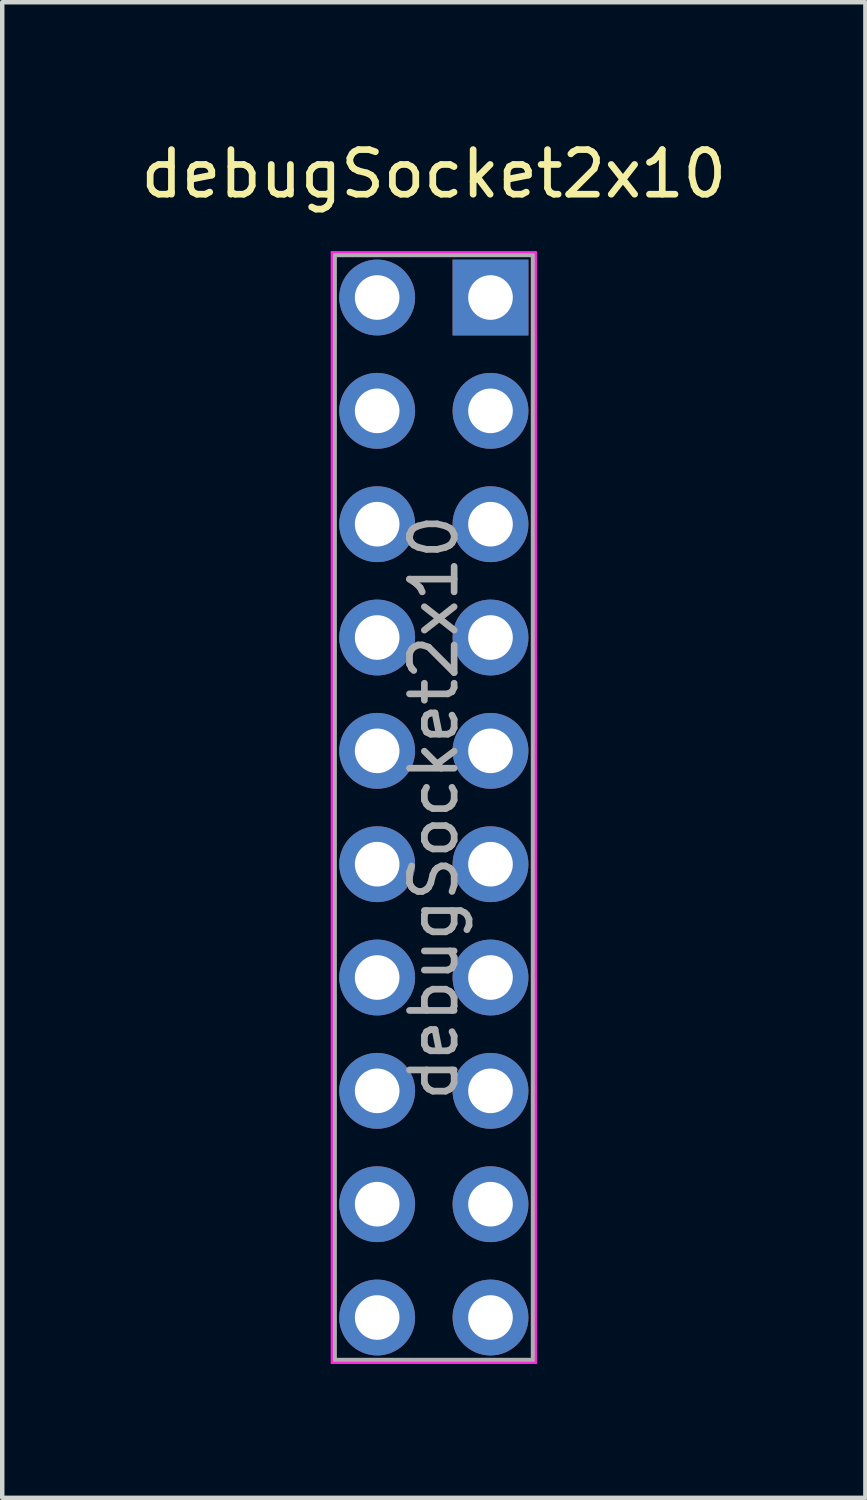
<source format=kicad_pcb>
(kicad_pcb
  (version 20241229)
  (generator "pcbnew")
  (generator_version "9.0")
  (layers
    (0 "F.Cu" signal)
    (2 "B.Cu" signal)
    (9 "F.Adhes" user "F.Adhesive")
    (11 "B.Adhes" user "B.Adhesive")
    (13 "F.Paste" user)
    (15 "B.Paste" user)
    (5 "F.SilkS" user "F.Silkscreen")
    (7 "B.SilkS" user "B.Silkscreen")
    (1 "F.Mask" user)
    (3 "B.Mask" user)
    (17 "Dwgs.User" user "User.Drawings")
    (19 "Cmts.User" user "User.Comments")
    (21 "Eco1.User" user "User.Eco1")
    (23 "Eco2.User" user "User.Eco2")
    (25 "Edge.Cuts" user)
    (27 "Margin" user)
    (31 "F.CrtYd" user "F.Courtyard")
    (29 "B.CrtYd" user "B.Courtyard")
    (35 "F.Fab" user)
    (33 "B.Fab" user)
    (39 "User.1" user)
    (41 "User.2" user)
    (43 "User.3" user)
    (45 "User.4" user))
  (footprint "debugSocket2x10"
    (layer "F.Cu")
    (at 7.943 3.618)
    (property "Reference" "debugSocket2x10" (at -1.27 -2.77 0) (layer "F.SilkS") (effects (font (size 1 1) (thickness 0.15))))
    (attr through_hole)
    (fp_line (start -3.556 -1.016) (end 1.016 -1.016) (stroke (width 0.05) (type solid)) (layer "F.CrtYd"))
    (fp_line (start -3.556 23.876) (end -3.556 -1.016) (stroke (width 0.05) (type solid)) (layer "F.CrtYd"))
    (fp_line (start 1.016 -1.016) (end 1.016 23.876) (stroke (width 0.05) (type solid)) (layer "F.CrtYd"))
    (fp_line (start 1.016 23.876) (end -3.556 23.876) (stroke (width 0.05) (type solid)) (layer "F.CrtYd"))
    (fp_line (start -3.493 -0.953) (end 0.953 -0.953) (stroke (width 0.1) (type solid)) (layer "F.Fab"))
    (fp_line (start -3.493 23.812) (end -3.493 -0.953) (stroke (width 0.1) (type solid)) (layer "F.Fab"))
    (fp_line (start 0.953 -0.953) (end 0.953 23.812) (stroke (width 0.1) (type solid)) (layer "F.Fab"))
    (fp_line (start 0.953 23.812) (end -3.493 23.812) (stroke (width 0.1) (type solid)) (layer "F.Fab"))
    (fp_text user "${REFERENCE}" (at -1.27 11.43 90) (layer "F.Fab") (effects (font (size 1 1) (thickness 0.15))))
    (pad "1" thru_hole rect (at 0 0) (size 1.7 1.7) (drill 1) (layers "*.Cu" "*.Mask"))
    (pad "2" thru_hole oval (at -2.54 0) (size 1.7 1.7) (drill 1) (layers "*.Cu" "*.Mask"))
    (pad "3" thru_hole oval (at 0 2.54) (size 1.7 1.7) (drill 1) (layers "*.Cu" "*.Mask"))
    (pad "4" thru_hole oval (at -2.54 2.54) (size 1.7 1.7) (drill 1) (layers "*.Cu" "*.Mask"))
    (pad "5" thru_hole oval (at 0 5.08) (size 1.7 1.7) (drill 1) (layers "*.Cu" "*.Mask"))
    (pad "6" thru_hole oval (at -2.54 5.08) (size 1.7 1.7) (drill 1) (layers "*.Cu" "*.Mask"))
    (pad "7" thru_hole oval (at 0 7.62) (size 1.7 1.7) (drill 1) (layers "*.Cu" "*.Mask"))
    (pad "8" thru_hole oval (at -2.54 7.62) (size 1.7 1.7) (drill 1) (layers "*.Cu" "*.Mask"))
    (pad "9" thru_hole oval (at 0 10.16) (size 1.7 1.7) (drill 1) (layers "*.Cu" "*.Mask"))
    (pad "10" thru_hole oval (at -2.54 10.16) (size 1.7 1.7) (drill 1) (layers "*.Cu" "*.Mask"))
    (pad "11" thru_hole oval (at 0 12.7) (size 1.7 1.7) (drill 1) (layers "*.Cu" "*.Mask"))
    (pad "12" thru_hole oval (at -2.54 12.7) (size 1.7 1.7) (drill 1) (layers "*.Cu" "*.Mask"))
    (pad "13" thru_hole oval (at 0 15.24) (size 1.7 1.7) (drill 1) (layers "*.Cu" "*.Mask"))
    (pad "14" thru_hole oval (at -2.54 15.24) (size 1.7 1.7) (drill 1) (layers "*.Cu" "*.Mask"))
    (pad "15" thru_hole oval (at 0 17.78) (size 1.7 1.7) (drill 1) (layers "*.Cu" "*.Mask"))
    (pad "16" thru_hole oval (at -2.54 17.78) (size 1.7 1.7) (drill 1) (layers "*.Cu" "*.Mask"))
    (pad "17" thru_hole oval (at 0 20.32) (size 1.7 1.7) (drill 1) (layers "*.Cu" "*.Mask"))
    (pad "18" thru_hole oval (at -2.54 20.32) (size 1.7 1.7) (drill 1) (layers "*.Cu" "*.Mask"))
    (pad "19" thru_hole oval (at 0 22.86) (size 1.7 1.7) (drill 1) (layers "*.Cu" "*.Mask"))
    (pad "20" thru_hole oval (at -2.54 22.86) (size 1.7 1.7) (drill 1) (layers "*.Cu" "*.Mask")))
  (gr_rect
    (start -3 -3)
    (end 16.345 30.519)
    (stroke (width 0.1) (type default))
    (fill no)
    (layer "Edge.Cuts")))
</source>
